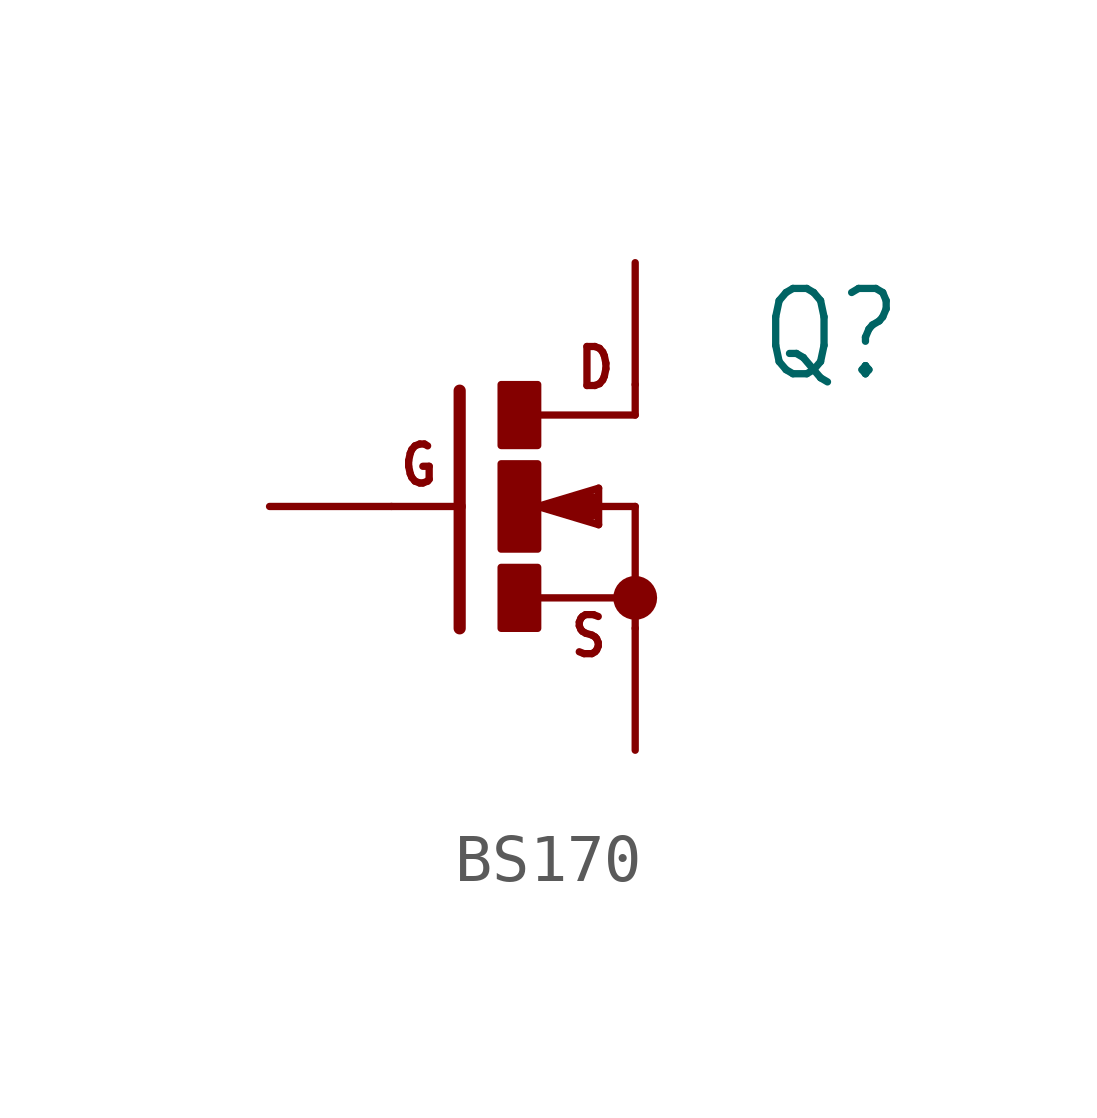
<source format=kicad_sym>
(kicad_symbol_lib
  (version 20220914)
  (generator kicad_symbol_editor)
  (symbol "BS170"
    (property "Reference" "Q"
      (at 5.08 2.54 0)
      (effects (font (size 1.778 1.511)) (justify left bottom)))
    (property "Value" ""
      (at 5.08 0 0)
      (effects (font (size 1.778 1.511)) (justify left bottom)))
    (property "ki_locked" ""
      (at 0 0 0)
      (effects (font (size 1.27 1.27))))
    (symbol "BS170_1_0"
      (rectangle (start -0.254 -2.54) (end 0.508 -1.27) (stroke (width 0) (type default)) (fill (type outline)))
      (rectangle (start -0.254 -0.889) (end 0.508 0.889) (stroke (width 0) (type default)) (fill (type outline)))
      (rectangle (start -0.254 1.27) (end 0.508 2.54) (stroke (width 0) (type default)) (fill (type outline)))
      (polyline (pts (xy -1.118 0) (xy -2.54 0)) (stroke (width 0.152) (type solid)) (fill (type none)))
      (polyline (pts (xy -1.118 0) (xy -1.118 -2.54)) (stroke (width 0.254) (type solid)) (fill (type none)))
      (polyline (pts (xy -1.118 2.413) (xy -1.118 0)) (stroke (width 0.254) (type solid)) (fill (type none)))
      (polyline (pts (xy 0.508 -1.905) (xy 2.54 -1.905)) (stroke (width 0.152) (type solid)) (fill (type none)))
      (polyline (pts (xy 0.508 0) (xy 1.143 0)) (stroke (width 0.152) (type solid)) (fill (type none)))
      (polyline (pts (xy 0.508 0) (xy 1.778 0.381)) (stroke (width 0.152) (type solid)) (fill (type none)))
      (polyline (pts (xy 1.143 0) (xy 1.651 -0.127)) (stroke (width 0.305) (type solid)) (fill (type none)))
      (polyline (pts (xy 1.143 0) (xy 2.54 0)) (stroke (width 0.152) (type solid)) (fill (type none)))
      (polyline (pts (xy 1.651 0.127) (xy 1.143 0)) (stroke (width 0.305) (type solid)) (fill (type none)))
      (polyline (pts (xy 1.778 -0.381) (xy 0.508 0)) (stroke (width 0.152) (type solid)) (fill (type none)))
      (polyline (pts (xy 1.778 0.381) (xy 1.778 -0.381)) (stroke (width 0.152) (type solid)) (fill (type none)))
      (polyline (pts (xy 2.54 -1.905) (xy 2.54 -2.54)) (stroke (width 0.152) (type solid)) (fill (type none)))
      (polyline (pts (xy 2.54 0) (xy 2.54 -1.905)) (stroke (width 0.152) (type solid)) (fill (type none)))
      (polyline (pts (xy 2.54 1.905) (xy 0.533 1.905)) (stroke (width 0.152) (type solid)) (fill (type none)))
      (polyline (pts (xy 2.54 2.54) (xy 2.54 1.905)) (stroke (width 0.152) (type solid)) (fill (type none)))
      (circle (center 2.54 -1.905) (radius 0.254) (stroke (width 0.406) (type solid)) (fill (type none)))
      (text "D" (at 1.27 2.413 0) (effects (font (size 0.813 0.691)) (justify left bottom)))
      (text "G" (at -2.413 0.381 0) (effects (font (size 0.813 0.691)) (justify left bottom)))
      (text "S" (at 1.143 -3.175 0) (effects (font (size 0.813 0.691)) (justify left bottom)))
      (pin passive line (at 2.54 5.08 270) (length 2.54) (name "D" (effects (font (size 0 0)))) (number "D" (effects (font (size 0 0)))))
      (pin passive line (at -5.08 0 0) (length 2.54) (name "G" (effects (font (size 0 0)))) (number "G" (effects (font (size 0 0)))))
      (pin passive line (at 2.54 -5.08 90) (length 2.54) (name "S" (effects (font (size 0 0)))) (number "S" (effects (font (size 0 0))))))))
</source>
